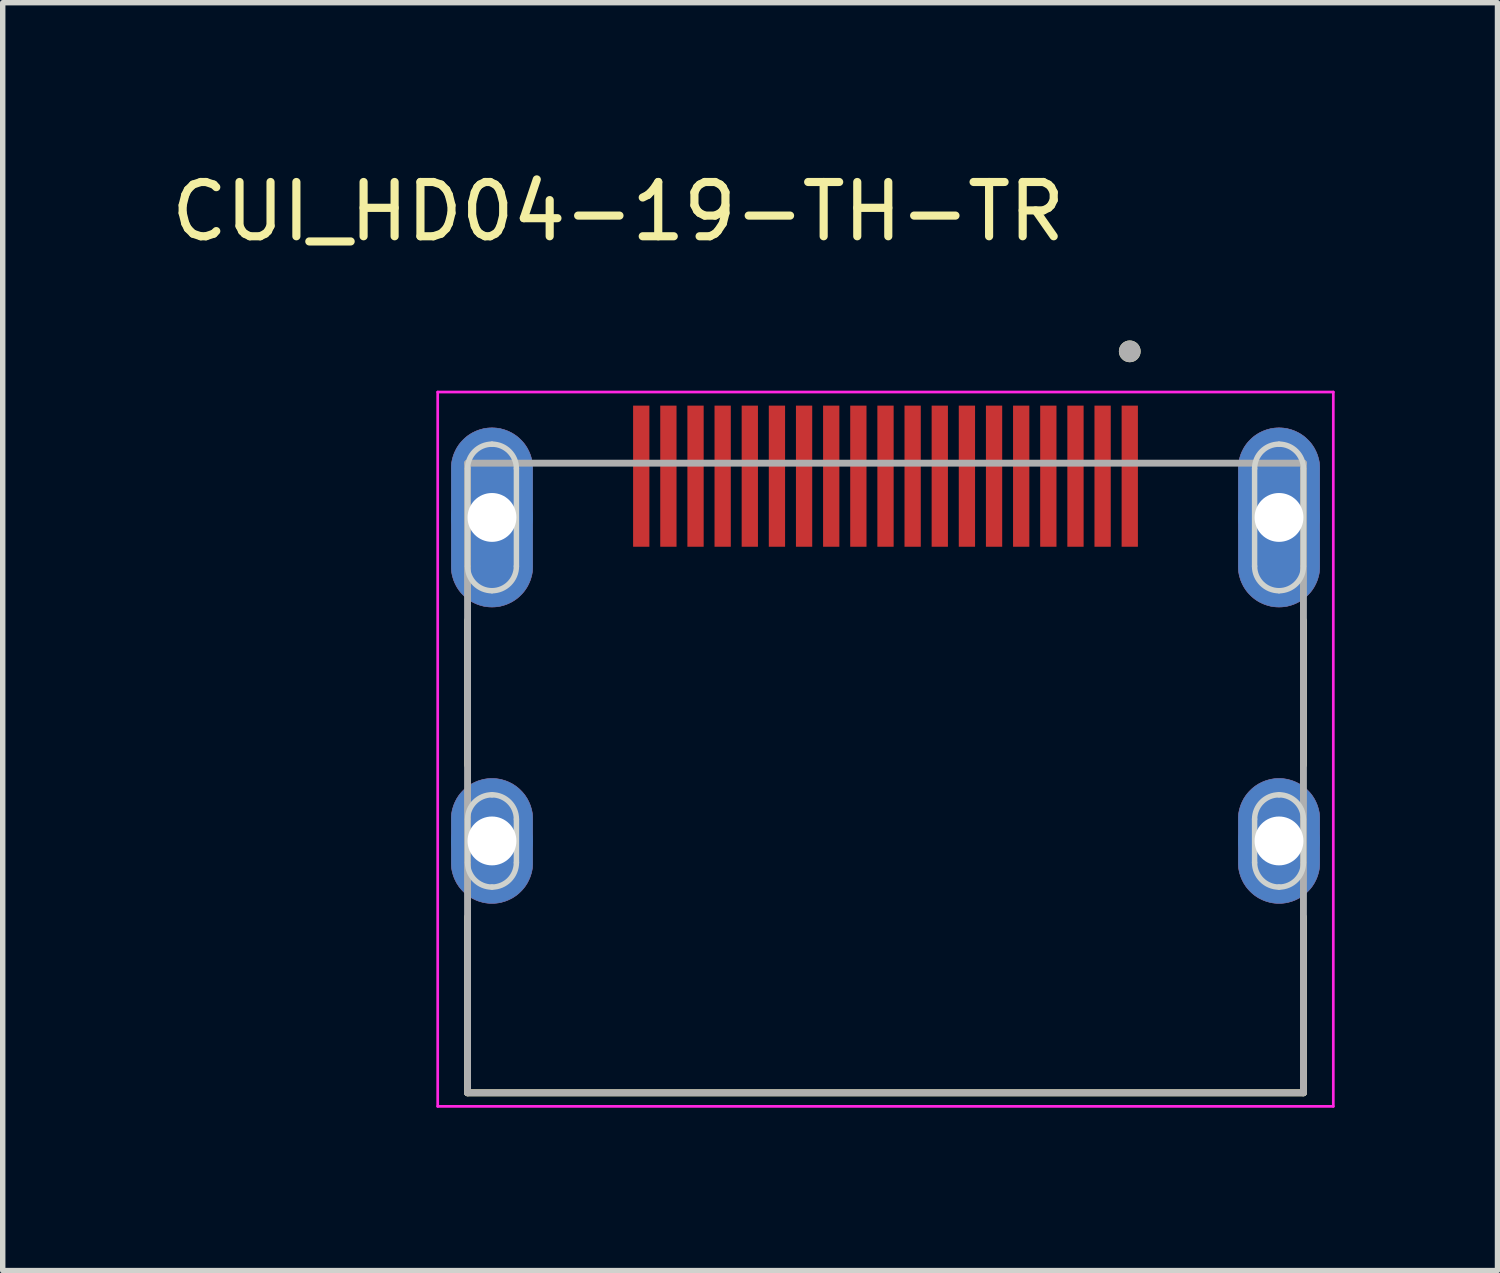
<source format=kicad_pcb>
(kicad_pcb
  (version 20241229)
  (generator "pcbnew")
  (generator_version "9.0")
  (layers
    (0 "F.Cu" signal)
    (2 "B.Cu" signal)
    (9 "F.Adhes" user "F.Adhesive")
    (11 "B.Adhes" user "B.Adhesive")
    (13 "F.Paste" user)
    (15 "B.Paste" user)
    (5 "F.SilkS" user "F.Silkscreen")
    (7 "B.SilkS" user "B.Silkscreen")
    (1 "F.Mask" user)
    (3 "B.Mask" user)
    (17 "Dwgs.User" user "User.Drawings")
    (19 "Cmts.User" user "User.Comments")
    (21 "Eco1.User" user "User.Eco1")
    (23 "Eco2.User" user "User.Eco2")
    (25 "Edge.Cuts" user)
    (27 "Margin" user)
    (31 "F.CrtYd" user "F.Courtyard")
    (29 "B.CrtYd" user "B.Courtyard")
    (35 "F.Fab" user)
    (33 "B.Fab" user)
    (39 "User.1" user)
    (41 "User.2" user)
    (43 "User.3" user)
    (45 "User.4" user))
  (footprint "CUI_HD04-19-TH-TR"
    (layer "F.Cu")
    (at 13.264 12.443)
    (property "Reference" "CUI_HD04-19-TH-TR" (at -4.925 -11.595 0) (layer "F.SilkS") (effects (font (size 1 1) (thickness 0.15))))
    (attr through_hole)
    (fp_poly (pts (xy -8 0.4) (xy -8 -0.4) (xy -7.999 -0.439) (xy -7.996 -0.478) (xy -7.991 -0.517) (xy -7.984 -0.556) (xy -7.974 -0.594) (xy -7.963 -0.632) (xy -7.95 -0.669) (xy -7.935 -0.705) (xy -7.918 -0.74) (xy -7.9 -0.775) (xy -7.879 -0.808) (xy -7.857 -0.841) (xy -7.833 -0.872) (xy -7.807 -0.902) (xy -7.78 -0.93) (xy -7.752 -0.957) (xy -7.722 -0.983) (xy -7.691 -1.007) (xy -7.658 -1.029) (xy -7.625 -1.05) (xy -7.59 -1.068) (xy -7.555 -1.085) (xy -7.519 -1.1) (xy -7.482 -1.113) (xy -7.444 -1.124) (xy -7.406 -1.134) (xy -7.367 -1.141) (xy -7.328 -1.146) (xy -7.289 -1.149) (xy -7.25 -1.15) (xy -7.211 -1.149) (xy -7.172 -1.146) (xy -7.133 -1.141) (xy -7.094 -1.134) (xy -7.056 -1.124) (xy -7.018 -1.113) (xy -6.981 -1.1) (xy -6.945 -1.085) (xy -6.91 -1.068) (xy -6.875 -1.05) (xy -6.842 -1.029) (xy -6.809 -1.007) (xy -6.778 -0.983) (xy -6.748 -0.957) (xy -6.72 -0.93) (xy -6.693 -0.902) (xy -6.667 -0.872) (xy -6.643 -0.841) (xy -6.621 -0.808) (xy -6.6 -0.775) (xy -6.582 -0.74) (xy -6.565 -0.705) (xy -6.55 -0.669) (xy -6.537 -0.632) (xy -6.526 -0.594) (xy -6.516 -0.556) (xy -6.509 -0.517) (xy -6.504 -0.478) (xy -6.501 -0.439) (xy -6.5 -0.4) (xy -6.5 0.4) (xy -6.501 0.439) (xy -6.504 0.478) (xy -6.509 0.517) (xy -6.516 0.556) (xy -6.526 0.594) (xy -6.537 0.632) (xy -6.55 0.669) (xy -6.565 0.705) (xy -6.582 0.74) (xy -6.6 0.775) (xy -6.621 0.808) (xy -6.643 0.841) (xy -6.667 0.872) (xy -6.693 0.902) (xy -6.72 0.93) (xy -6.748 0.957) (xy -6.778 0.983) (xy -6.809 1.007) (xy -6.842 1.029) (xy -6.875 1.05) (xy -6.91 1.068) (xy -6.945 1.085) (xy -6.981 1.1) (xy -7.018 1.113) (xy -7.056 1.124) (xy -7.094 1.134) (xy -7.133 1.141) (xy -7.172 1.146) (xy -7.211 1.149) (xy -7.25 1.15) (xy -7.289 1.149) (xy -7.328 1.146) (xy -7.367 1.141) (xy -7.406 1.134) (xy -7.444 1.124) (xy -7.482 1.113) (xy -7.519 1.1) (xy -7.555 1.085) (xy -7.59 1.068) (xy -7.625 1.05) (xy -7.658 1.029) (xy -7.691 1.007) (xy -7.722 0.983) (xy -7.752 0.957) (xy -7.78 0.93) (xy -7.807 0.902) (xy -7.833 0.872) (xy -7.857 0.841) (xy -7.879 0.808) (xy -7.9 0.775) (xy -7.918 0.74) (xy -7.935 0.705) (xy -7.95 0.669) (xy -7.963 0.632) (xy -7.974 0.594) (xy -7.984 0.556) (xy -7.991 0.517) (xy -7.996 0.478) (xy -7.999 0.439) (xy -8 0.4)) (stroke (width 0.01) (type solid)) (fill yes) (layer "F.Cu"))
    (fp_poly (pts (xy -7.25 -7.61) (xy -7.211 -7.609) (xy -7.172 -7.606) (xy -7.133 -7.601) (xy -7.094 -7.594) (xy -7.056 -7.584) (xy -7.018 -7.573) (xy -6.981 -7.56) (xy -6.945 -7.545) (xy -6.91 -7.528) (xy -6.875 -7.51) (xy -6.842 -7.489) (xy -6.809 -7.467) (xy -6.778 -7.443) (xy -6.748 -7.417) (xy -6.72 -7.39) (xy -6.693 -7.362) (xy -6.667 -7.332) (xy -6.643 -7.301) (xy -6.621 -7.268) (xy -6.6 -7.235) (xy -6.582 -7.2) (xy -6.565 -7.165) (xy -6.55 -7.129) (xy -6.537 -7.092) (xy -6.526 -7.054) (xy -6.516 -7.016) (xy -6.509 -6.977) (xy -6.504 -6.938) (xy -6.501 -6.899) (xy -6.5 -6.86) (xy -6.5 -5.06) (xy -6.501 -5.021) (xy -6.504 -4.982) (xy -6.509 -4.943) (xy -6.516 -4.904) (xy -6.526 -4.866) (xy -6.537 -4.828) (xy -6.55 -4.791) (xy -6.565 -4.755) (xy -6.582 -4.72) (xy -6.6 -4.685) (xy -6.621 -4.652) (xy -6.643 -4.619) (xy -6.667 -4.588) (xy -6.693 -4.558) (xy -6.72 -4.53) (xy -6.748 -4.503) (xy -6.778 -4.477) (xy -6.809 -4.453) (xy -6.842 -4.431) (xy -6.875 -4.41) (xy -6.91 -4.392) (xy -6.945 -4.375) (xy -6.981 -4.36) (xy -7.018 -4.347) (xy -7.056 -4.336) (xy -7.094 -4.326) (xy -7.133 -4.319) (xy -7.172 -4.314) (xy -7.211 -4.311) (xy -7.25 -4.31) (xy -7.289 -4.311) (xy -7.328 -4.314) (xy -7.367 -4.319) (xy -7.406 -4.326) (xy -7.444 -4.336) (xy -7.482 -4.347) (xy -7.519 -4.36) (xy -7.555 -4.375) (xy -7.59 -4.392) (xy -7.625 -4.41) (xy -7.658 -4.431) (xy -7.691 -4.453) (xy -7.722 -4.477) (xy -7.752 -4.503) (xy -7.78 -4.53) (xy -7.807 -4.558) (xy -7.833 -4.588) (xy -7.857 -4.619) (xy -7.879 -4.652) (xy -7.9 -4.685) (xy -7.918 -4.72) (xy -7.935 -4.755) (xy -7.95 -4.791) (xy -7.963 -4.828) (xy -7.974 -4.866) (xy -7.984 -4.904) (xy -7.991 -4.943) (xy -7.996 -4.982) (xy -7.999 -5.021) (xy -8 -5.06) (xy -8 -6.86) (xy -7.999 -6.899) (xy -7.996 -6.938) (xy -7.991 -6.977) (xy -7.984 -7.016) (xy -7.974 -7.054) (xy -7.963 -7.092) (xy -7.95 -7.129) (xy -7.935 -7.165) (xy -7.918 -7.2) (xy -7.9 -7.235) (xy -7.879 -7.268) (xy -7.857 -7.301) (xy -7.833 -7.332) (xy -7.807 -7.362) (xy -7.78 -7.39) (xy -7.752 -7.417) (xy -7.722 -7.443) (xy -7.691 -7.467) (xy -7.658 -7.489) (xy -7.625 -7.51) (xy -7.59 -7.528) (xy -7.555 -7.545) (xy -7.519 -7.56) (xy -7.482 -7.573) (xy -7.444 -7.584) (xy -7.406 -7.594) (xy -7.367 -7.601) (xy -7.328 -7.606) (xy -7.289 -7.609) (xy -7.25 -7.61)) (stroke (width 0.01) (type solid)) (fill yes) (layer "F.Cu"))
    (fp_poly (pts (xy 6.5 0.4) (xy 6.5 -0.4) (xy 6.501 -0.439) (xy 6.504 -0.478) (xy 6.509 -0.517) (xy 6.516 -0.556) (xy 6.526 -0.594) (xy 6.537 -0.632) (xy 6.55 -0.669) (xy 6.565 -0.705) (xy 6.582 -0.74) (xy 6.6 -0.775) (xy 6.621 -0.808) (xy 6.643 -0.841) (xy 6.667 -0.872) (xy 6.693 -0.902) (xy 6.72 -0.93) (xy 6.748 -0.957) (xy 6.778 -0.983) (xy 6.809 -1.007) (xy 6.842 -1.029) (xy 6.875 -1.05) (xy 6.91 -1.068) (xy 6.945 -1.085) (xy 6.981 -1.1) (xy 7.018 -1.113) (xy 7.056 -1.124) (xy 7.094 -1.134) (xy 7.133 -1.141) (xy 7.172 -1.146) (xy 7.211 -1.149) (xy 7.25 -1.15) (xy 7.289 -1.149) (xy 7.328 -1.146) (xy 7.367 -1.141) (xy 7.406 -1.134) (xy 7.444 -1.124) (xy 7.482 -1.113) (xy 7.519 -1.1) (xy 7.555 -1.085) (xy 7.59 -1.068) (xy 7.625 -1.05) (xy 7.658 -1.029) (xy 7.691 -1.007) (xy 7.722 -0.983) (xy 7.752 -0.957) (xy 7.78 -0.93) (xy 7.807 -0.902) (xy 7.833 -0.872) (xy 7.857 -0.841) (xy 7.879 -0.808) (xy 7.9 -0.775) (xy 7.918 -0.74) (xy 7.935 -0.705) (xy 7.95 -0.669) (xy 7.963 -0.632) (xy 7.974 -0.594) (xy 7.984 -0.556) (xy 7.991 -0.517) (xy 7.996 -0.478) (xy 7.999 -0.439) (xy 8 -0.4) (xy 8 0.4) (xy 7.999 0.439) (xy 7.996 0.478) (xy 7.991 0.517) (xy 7.984 0.556) (xy 7.974 0.594) (xy 7.963 0.632) (xy 7.95 0.669) (xy 7.935 0.705) (xy 7.918 0.74) (xy 7.9 0.775) (xy 7.879 0.808) (xy 7.857 0.841) (xy 7.833 0.872) (xy 7.807 0.902) (xy 7.78 0.93) (xy 7.752 0.957) (xy 7.722 0.983) (xy 7.691 1.007) (xy 7.658 1.029) (xy 7.625 1.05) (xy 7.59 1.068) (xy 7.555 1.085) (xy 7.519 1.1) (xy 7.482 1.113) (xy 7.444 1.124) (xy 7.406 1.134) (xy 7.367 1.141) (xy 7.328 1.146) (xy 7.289 1.149) (xy 7.25 1.15) (xy 7.211 1.149) (xy 7.172 1.146) (xy 7.133 1.141) (xy 7.094 1.134) (xy 7.056 1.124) (xy 7.018 1.113) (xy 6.981 1.1) (xy 6.945 1.085) (xy 6.91 1.068) (xy 6.875 1.05) (xy 6.842 1.029) (xy 6.809 1.007) (xy 6.778 0.983) (xy 6.748 0.957) (xy 6.72 0.93) (xy 6.693 0.902) (xy 6.667 0.872) (xy 6.643 0.841) (xy 6.621 0.808) (xy 6.6 0.775) (xy 6.582 0.74) (xy 6.565 0.705) (xy 6.55 0.669) (xy 6.537 0.632) (xy 6.526 0.594) (xy 6.516 0.556) (xy 6.509 0.517) (xy 6.504 0.478) (xy 6.501 0.439) (xy 6.5 0.4)) (stroke (width 0.01) (type solid)) (fill yes) (layer "F.Cu"))
    (fp_poly (pts (xy 7.25 -7.61) (xy 7.289 -7.609) (xy 7.328 -7.606) (xy 7.367 -7.601) (xy 7.406 -7.594) (xy 7.444 -7.584) (xy 7.482 -7.573) (xy 7.519 -7.56) (xy 7.555 -7.545) (xy 7.59 -7.528) (xy 7.625 -7.51) (xy 7.658 -7.489) (xy 7.691 -7.467) (xy 7.722 -7.443) (xy 7.752 -7.417) (xy 7.78 -7.39) (xy 7.807 -7.362) (xy 7.833 -7.332) (xy 7.857 -7.301) (xy 7.879 -7.268) (xy 7.9 -7.235) (xy 7.918 -7.2) (xy 7.935 -7.165) (xy 7.95 -7.129) (xy 7.963 -7.092) (xy 7.974 -7.054) (xy 7.984 -7.016) (xy 7.991 -6.977) (xy 7.996 -6.938) (xy 7.999 -6.899) (xy 8 -6.86) (xy 8 -5.06) (xy 7.999 -5.021) (xy 7.996 -4.982) (xy 7.991 -4.943) (xy 7.984 -4.904) (xy 7.974 -4.866) (xy 7.963 -4.828) (xy 7.95 -4.791) (xy 7.935 -4.755) (xy 7.918 -4.72) (xy 7.9 -4.685) (xy 7.879 -4.652) (xy 7.857 -4.619) (xy 7.833 -4.588) (xy 7.807 -4.558) (xy 7.78 -4.53) (xy 7.752 -4.503) (xy 7.722 -4.477) (xy 7.691 -4.453) (xy 7.658 -4.431) (xy 7.625 -4.41) (xy 7.59 -4.392) (xy 7.555 -4.375) (xy 7.519 -4.36) (xy 7.482 -4.347) (xy 7.444 -4.336) (xy 7.406 -4.326) (xy 7.367 -4.319) (xy 7.328 -4.314) (xy 7.289 -4.311) (xy 7.25 -4.31) (xy 7.211 -4.311) (xy 7.172 -4.314) (xy 7.133 -4.319) (xy 7.094 -4.326) (xy 7.056 -4.336) (xy 7.018 -4.347) (xy 6.981 -4.36) (xy 6.945 -4.375) (xy 6.91 -4.392) (xy 6.875 -4.41) (xy 6.842 -4.431) (xy 6.809 -4.453) (xy 6.778 -4.477) (xy 6.748 -4.503) (xy 6.72 -4.53) (xy 6.693 -4.558) (xy 6.667 -4.588) (xy 6.643 -4.619) (xy 6.621 -4.652) (xy 6.6 -4.685) (xy 6.582 -4.72) (xy 6.565 -4.755) (xy 6.55 -4.791) (xy 6.537 -4.828) (xy 6.526 -4.866) (xy 6.516 -4.904) (xy 6.509 -4.943) (xy 6.504 -4.982) (xy 6.501 -5.021) (xy 6.5 -5.06) (xy 6.5 -6.86) (xy 6.501 -6.899) (xy 6.504 -6.938) (xy 6.509 -6.977) (xy 6.516 -7.016) (xy 6.526 -7.054) (xy 6.537 -7.092) (xy 6.55 -7.129) (xy 6.565 -7.165) (xy 6.582 -7.2) (xy 6.6 -7.235) (xy 6.621 -7.268) (xy 6.643 -7.301) (xy 6.667 -7.332) (xy 6.693 -7.362) (xy 6.72 -7.39) (xy 6.748 -7.417) (xy 6.778 -7.443) (xy 6.809 -7.467) (xy 6.842 -7.489) (xy 6.875 -7.51) (xy 6.91 -7.528) (xy 6.945 -7.545) (xy 6.981 -7.56) (xy 7.018 -7.573) (xy 7.056 -7.584) (xy 7.094 -7.594) (xy 7.133 -7.601) (xy 7.172 -7.606) (xy 7.211 -7.609) (xy 7.25 -7.61)) (stroke (width 0.01) (type solid)) (fill yes) (layer "F.Cu"))
    (fp_poly (pts (xy -8.1 -5.06) (xy -8.1 -6.86) (xy -8.099 -6.904) (xy -8.095 -6.949) (xy -8.09 -6.993) (xy -8.081 -7.037) (xy -8.071 -7.08) (xy -8.058 -7.123) (xy -8.044 -7.165) (xy -8.027 -7.206) (xy -8.007 -7.246) (xy -7.986 -7.285) (xy -7.963 -7.323) (xy -7.938 -7.36) (xy -7.911 -7.395) (xy -7.882 -7.429) (xy -7.851 -7.461) (xy -7.819 -7.492) (xy -7.785 -7.521) (xy -7.75 -7.548) (xy -7.713 -7.573) (xy -7.675 -7.596) (xy -7.636 -7.617) (xy -7.596 -7.637) (xy -7.555 -7.654) (xy -7.513 -7.668) (xy -7.47 -7.681) (xy -7.427 -7.691) (xy -7.383 -7.7) (xy -7.339 -7.705) (xy -7.294 -7.709) (xy -7.25 -7.71) (xy -7.206 -7.709) (xy -7.161 -7.705) (xy -7.117 -7.7) (xy -7.073 -7.691) (xy -7.03 -7.681) (xy -6.987 -7.668) (xy -6.945 -7.654) (xy -6.904 -7.637) (xy -6.864 -7.617) (xy -6.825 -7.596) (xy -6.787 -7.573) (xy -6.75 -7.548) (xy -6.715 -7.521) (xy -6.681 -7.492) (xy -6.649 -7.461) (xy -6.618 -7.429) (xy -6.589 -7.395) (xy -6.562 -7.36) (xy -6.537 -7.323) (xy -6.514 -7.285) (xy -6.493 -7.246) (xy -6.473 -7.206) (xy -6.456 -7.165) (xy -6.442 -7.123) (xy -6.429 -7.08) (xy -6.419 -7.037) (xy -6.41 -6.993) (xy -6.405 -6.949) (xy -6.401 -6.904) (xy -6.4 -6.86) (xy -6.4 -5.06) (xy -6.401 -5.016) (xy -6.405 -4.971) (xy -6.41 -4.927) (xy -6.419 -4.883) (xy -6.429 -4.84) (xy -6.442 -4.797) (xy -6.456 -4.755) (xy -6.473 -4.714) (xy -6.493 -4.674) (xy -6.514 -4.635) (xy -6.537 -4.597) (xy -6.562 -4.56) (xy -6.589 -4.525) (xy -6.618 -4.491) (xy -6.649 -4.459) (xy -6.681 -4.428) (xy -6.715 -4.399) (xy -6.75 -4.372) (xy -6.787 -4.347) (xy -6.825 -4.324) (xy -6.864 -4.303) (xy -6.904 -4.283) (xy -6.945 -4.266) (xy -6.987 -4.252) (xy -7.03 -4.239) (xy -7.073 -4.229) (xy -7.117 -4.22) (xy -7.161 -4.215) (xy -7.206 -4.211) (xy -7.25 -4.21) (xy -7.294 -4.211) (xy -7.339 -4.215) (xy -7.383 -4.22) (xy -7.427 -4.229) (xy -7.47 -4.239) (xy -7.513 -4.252) (xy -7.555 -4.266) (xy -7.596 -4.283) (xy -7.636 -4.303) (xy -7.675 -4.324) (xy -7.713 -4.347) (xy -7.75 -4.372) (xy -7.785 -4.399) (xy -7.819 -4.428) (xy -7.851 -4.459) (xy -7.882 -4.491) (xy -7.911 -4.525) (xy -7.938 -4.56) (xy -7.963 -4.597) (xy -7.986 -4.635) (xy -8.007 -4.674) (xy -8.027 -4.714) (xy -8.044 -4.755) (xy -8.058 -4.797) (xy -8.071 -4.84) (xy -8.081 -4.883) (xy -8.09 -4.927) (xy -8.095 -4.971) (xy -8.099 -5.016) (xy -8.1 -5.06)) (stroke (width 0.01) (type solid)) (fill yes) (layer "F.Mask"))
    (fp_poly (pts (xy -6.4 0.4) (xy -6.4 -0.4) (xy -6.401 -0.444) (xy -6.405 -0.489) (xy -6.41 -0.533) (xy -6.419 -0.577) (xy -6.429 -0.62) (xy -6.442 -0.663) (xy -6.456 -0.705) (xy -6.473 -0.746) (xy -6.493 -0.786) (xy -6.514 -0.825) (xy -6.537 -0.863) (xy -6.562 -0.9) (xy -6.589 -0.935) (xy -6.618 -0.969) (xy -6.649 -1.001) (xy -6.681 -1.032) (xy -6.715 -1.061) (xy -6.75 -1.088) (xy -6.787 -1.113) (xy -6.825 -1.136) (xy -6.864 -1.157) (xy -6.904 -1.177) (xy -6.945 -1.194) (xy -6.987 -1.208) (xy -7.03 -1.221) (xy -7.073 -1.231) (xy -7.117 -1.24) (xy -7.161 -1.245) (xy -7.206 -1.249) (xy -7.25 -1.25) (xy -7.294 -1.249) (xy -7.339 -1.245) (xy -7.383 -1.24) (xy -7.427 -1.231) (xy -7.47 -1.221) (xy -7.513 -1.208) (xy -7.555 -1.194) (xy -7.596 -1.177) (xy -7.636 -1.157) (xy -7.675 -1.136) (xy -7.713 -1.113) (xy -7.75 -1.088) (xy -7.785 -1.061) (xy -7.819 -1.032) (xy -7.851 -1.001) (xy -7.882 -0.969) (xy -7.911 -0.935) (xy -7.938 -0.9) (xy -7.963 -0.863) (xy -7.986 -0.825) (xy -8.007 -0.786) (xy -8.027 -0.746) (xy -8.044 -0.705) (xy -8.058 -0.663) (xy -8.071 -0.62) (xy -8.081 -0.577) (xy -8.09 -0.533) (xy -8.095 -0.489) (xy -8.099 -0.444) (xy -8.1 -0.4) (xy -8.1 0.4) (xy -8.099 0.444) (xy -8.095 0.489) (xy -8.09 0.533) (xy -8.081 0.577) (xy -8.071 0.62) (xy -8.058 0.663) (xy -8.044 0.705) (xy -8.027 0.746) (xy -8.007 0.786) (xy -7.986 0.825) (xy -7.963 0.863) (xy -7.938 0.9) (xy -7.911 0.935) (xy -7.882 0.969) (xy -7.851 1.001) (xy -7.819 1.032) (xy -7.785 1.061) (xy -7.75 1.088) (xy -7.713 1.113) (xy -7.675 1.136) (xy -7.636 1.157) (xy -7.596 1.177) (xy -7.555 1.194) (xy -7.513 1.208) (xy -7.47 1.221) (xy -7.427 1.231) (xy -7.383 1.24) (xy -7.339 1.245) (xy -7.294 1.249) (xy -7.25 1.25) (xy -7.206 1.249) (xy -7.161 1.245) (xy -7.117 1.24) (xy -7.073 1.231) (xy -7.03 1.221) (xy -6.987 1.208) (xy -6.945 1.194) (xy -6.904 1.177) (xy -6.864 1.157) (xy -6.825 1.136) (xy -6.787 1.113) (xy -6.75 1.088) (xy -6.715 1.061) (xy -6.681 1.032) (xy -6.649 1.001) (xy -6.618 0.969) (xy -6.589 0.935) (xy -6.562 0.9) (xy -6.537 0.863) (xy -6.514 0.825) (xy -6.493 0.786) (xy -6.473 0.746) (xy -6.456 0.705) (xy -6.442 0.663) (xy -6.429 0.62) (xy -6.419 0.577) (xy -6.41 0.533) (xy -6.405 0.489) (xy -6.401 0.444) (xy -6.4 0.4)) (stroke (width 0.01) (type solid)) (fill yes) (layer "F.Mask"))
    (fp_poly (pts (xy 6.4 -5.06) (xy 6.4 -6.86) (xy 6.401 -6.904) (xy 6.405 -6.949) (xy 6.41 -6.993) (xy 6.419 -7.037) (xy 6.429 -7.08) (xy 6.442 -7.123) (xy 6.456 -7.165) (xy 6.473 -7.206) (xy 6.493 -7.246) (xy 6.514 -7.285) (xy 6.537 -7.323) (xy 6.562 -7.36) (xy 6.589 -7.395) (xy 6.618 -7.429) (xy 6.649 -7.461) (xy 6.681 -7.492) (xy 6.715 -7.521) (xy 6.75 -7.548) (xy 6.787 -7.573) (xy 6.825 -7.596) (xy 6.864 -7.617) (xy 6.904 -7.637) (xy 6.945 -7.654) (xy 6.987 -7.668) (xy 7.03 -7.681) (xy 7.073 -7.691) (xy 7.117 -7.7) (xy 7.161 -7.705) (xy 7.206 -7.709) (xy 7.25 -7.71) (xy 7.294 -7.709) (xy 7.339 -7.705) (xy 7.383 -7.7) (xy 7.427 -7.691) (xy 7.47 -7.681) (xy 7.513 -7.668) (xy 7.555 -7.654) (xy 7.596 -7.637) (xy 7.636 -7.617) (xy 7.675 -7.596) (xy 7.713 -7.573) (xy 7.75 -7.548) (xy 7.785 -7.521) (xy 7.819 -7.492) (xy 7.851 -7.461) (xy 7.882 -7.429) (xy 7.911 -7.395) (xy 7.938 -7.36) (xy 7.963 -7.323) (xy 7.986 -7.285) (xy 8.007 -7.246) (xy 8.027 -7.206) (xy 8.044 -7.165) (xy 8.058 -7.123) (xy 8.071 -7.08) (xy 8.081 -7.037) (xy 8.09 -6.993) (xy 8.095 -6.949) (xy 8.099 -6.904) (xy 8.1 -6.86) (xy 8.1 -5.06) (xy 8.099 -5.016) (xy 8.095 -4.971) (xy 8.09 -4.927) (xy 8.081 -4.883) (xy 8.071 -4.84) (xy 8.058 -4.797) (xy 8.044 -4.755) (xy 8.027 -4.714) (xy 8.007 -4.674) (xy 7.986 -4.635) (xy 7.963 -4.597) (xy 7.938 -4.56) (xy 7.911 -4.525) (xy 7.882 -4.491) (xy 7.851 -4.459) (xy 7.819 -4.428) (xy 7.785 -4.399) (xy 7.75 -4.372) (xy 7.713 -4.347) (xy 7.675 -4.324) (xy 7.636 -4.303) (xy 7.596 -4.283) (xy 7.555 -4.266) (xy 7.513 -4.252) (xy 7.47 -4.239) (xy 7.427 -4.229) (xy 7.383 -4.22) (xy 7.339 -4.215) (xy 7.294 -4.211) (xy 7.25 -4.21) (xy 7.206 -4.211) (xy 7.161 -4.215) (xy 7.117 -4.22) (xy 7.073 -4.229) (xy 7.03 -4.239) (xy 6.987 -4.252) (xy 6.945 -4.266) (xy 6.904 -4.283) (xy 6.864 -4.303) (xy 6.825 -4.324) (xy 6.787 -4.347) (xy 6.75 -4.372) (xy 6.715 -4.399) (xy 6.681 -4.428) (xy 6.649 -4.459) (xy 6.618 -4.491) (xy 6.589 -4.525) (xy 6.562 -4.56) (xy 6.537 -4.597) (xy 6.514 -4.635) (xy 6.493 -4.674) (xy 6.473 -4.714) (xy 6.456 -4.755) (xy 6.442 -4.797) (xy 6.429 -4.84) (xy 6.419 -4.883) (xy 6.41 -4.927) (xy 6.405 -4.971) (xy 6.401 -5.016) (xy 6.4 -5.06)) (stroke (width 0.01) (type solid)) (fill yes) (layer "F.Mask"))
    (fp_poly (pts (xy 8.1 0.4) (xy 8.1 -0.4) (xy 8.099 -0.444) (xy 8.095 -0.489) (xy 8.09 -0.533) (xy 8.081 -0.577) (xy 8.071 -0.62) (xy 8.058 -0.663) (xy 8.044 -0.705) (xy 8.027 -0.746) (xy 8.007 -0.786) (xy 7.986 -0.825) (xy 7.963 -0.863) (xy 7.938 -0.9) (xy 7.911 -0.935) (xy 7.882 -0.969) (xy 7.851 -1.001) (xy 7.819 -1.032) (xy 7.785 -1.061) (xy 7.75 -1.088) (xy 7.713 -1.113) (xy 7.675 -1.136) (xy 7.636 -1.157) (xy 7.596 -1.177) (xy 7.555 -1.194) (xy 7.513 -1.208) (xy 7.47 -1.221) (xy 7.427 -1.231) (xy 7.383 -1.24) (xy 7.339 -1.245) (xy 7.294 -1.249) (xy 7.25 -1.25) (xy 7.206 -1.249) (xy 7.161 -1.245) (xy 7.117 -1.24) (xy 7.073 -1.231) (xy 7.03 -1.221) (xy 6.987 -1.208) (xy 6.945 -1.194) (xy 6.904 -1.177) (xy 6.864 -1.157) (xy 6.825 -1.136) (xy 6.787 -1.113) (xy 6.75 -1.088) (xy 6.715 -1.061) (xy 6.681 -1.032) (xy 6.649 -1.001) (xy 6.618 -0.969) (xy 6.589 -0.935) (xy 6.562 -0.9) (xy 6.537 -0.863) (xy 6.514 -0.825) (xy 6.493 -0.786) (xy 6.473 -0.746) (xy 6.456 -0.705) (xy 6.442 -0.663) (xy 6.429 -0.62) (xy 6.419 -0.577) (xy 6.41 -0.533) (xy 6.405 -0.489) (xy 6.401 -0.444) (xy 6.4 -0.4) (xy 6.4 0.4) (xy 6.401 0.444) (xy 6.405 0.489) (xy 6.41 0.533) (xy 6.419 0.577) (xy 6.429 0.62) (xy 6.442 0.663) (xy 6.456 0.705) (xy 6.473 0.746) (xy 6.493 0.786) (xy 6.514 0.825) (xy 6.537 0.863) (xy 6.562 0.9) (xy 6.589 0.935) (xy 6.618 0.969) (xy 6.649 1.001) (xy 6.681 1.032) (xy 6.715 1.061) (xy 6.75 1.088) (xy 6.787 1.113) (xy 6.825 1.136) (xy 6.864 1.157) (xy 6.904 1.177) (xy 6.945 1.194) (xy 6.987 1.208) (xy 7.03 1.221) (xy 7.073 1.231) (xy 7.117 1.24) (xy 7.161 1.245) (xy 7.206 1.249) (xy 7.25 1.25) (xy 7.294 1.249) (xy 7.339 1.245) (xy 7.383 1.24) (xy 7.427 1.231) (xy 7.47 1.221) (xy 7.513 1.208) (xy 7.555 1.194) (xy 7.596 1.177) (xy 7.636 1.157) (xy 7.675 1.136) (xy 7.713 1.113) (xy 7.75 1.088) (xy 7.785 1.061) (xy 7.819 1.032) (xy 7.851 1.001) (xy 7.882 0.969) (xy 7.911 0.935) (xy 7.938 0.9) (xy 7.963 0.863) (xy 7.986 0.825) (xy 8.007 0.786) (xy 8.027 0.746) (xy 8.044 0.705) (xy 8.058 0.663) (xy 8.071 0.62) (xy 8.081 0.577) (xy 8.09 0.533) (xy 8.095 0.489) (xy 8.099 0.444) (xy 8.1 0.4)) (stroke (width 0.01) (type solid)) (fill yes) (layer "F.Mask"))
    (fp_poly (pts (xy -8 0.4) (xy -8 -0.4) (xy -7.999 -0.439) (xy -7.996 -0.478) (xy -7.991 -0.517) (xy -7.984 -0.556) (xy -7.974 -0.594) (xy -7.963 -0.632) (xy -7.95 -0.669) (xy -7.935 -0.705) (xy -7.918 -0.74) (xy -7.9 -0.775) (xy -7.879 -0.808) (xy -7.857 -0.841) (xy -7.833 -0.872) (xy -7.807 -0.902) (xy -7.78 -0.93) (xy -7.752 -0.957) (xy -7.722 -0.983) (xy -7.691 -1.007) (xy -7.658 -1.029) (xy -7.625 -1.05) (xy -7.59 -1.068) (xy -7.555 -1.085) (xy -7.519 -1.1) (xy -7.482 -1.113) (xy -7.444 -1.124) (xy -7.406 -1.134) (xy -7.367 -1.141) (xy -7.328 -1.146) (xy -7.289 -1.149) (xy -7.25 -1.15) (xy -7.211 -1.149) (xy -7.172 -1.146) (xy -7.133 -1.141) (xy -7.094 -1.134) (xy -7.056 -1.124) (xy -7.018 -1.113) (xy -6.981 -1.1) (xy -6.945 -1.085) (xy -6.91 -1.068) (xy -6.875 -1.05) (xy -6.842 -1.029) (xy -6.809 -1.007) (xy -6.778 -0.983) (xy -6.748 -0.957) (xy -6.72 -0.93) (xy -6.693 -0.902) (xy -6.667 -0.872) (xy -6.643 -0.841) (xy -6.621 -0.808) (xy -6.6 -0.775) (xy -6.582 -0.74) (xy -6.565 -0.705) (xy -6.55 -0.669) (xy -6.537 -0.632) (xy -6.526 -0.594) (xy -6.516 -0.556) (xy -6.509 -0.517) (xy -6.504 -0.478) (xy -6.501 -0.439) (xy -6.5 -0.4) (xy -6.5 0.4) (xy -6.501 0.439) (xy -6.504 0.478) (xy -6.509 0.517) (xy -6.516 0.556) (xy -6.526 0.594) (xy -6.537 0.632) (xy -6.55 0.669) (xy -6.565 0.705) (xy -6.582 0.74) (xy -6.6 0.775) (xy -6.621 0.808) (xy -6.643 0.841) (xy -6.667 0.872) (xy -6.693 0.902) (xy -6.72 0.93) (xy -6.748 0.957) (xy -6.778 0.983) (xy -6.809 1.007) (xy -6.842 1.029) (xy -6.875 1.05) (xy -6.91 1.068) (xy -6.945 1.085) (xy -6.981 1.1) (xy -7.018 1.113) (xy -7.056 1.124) (xy -7.094 1.134) (xy -7.133 1.141) (xy -7.172 1.146) (xy -7.211 1.149) (xy -7.25 1.15) (xy -7.289 1.149) (xy -7.328 1.146) (xy -7.367 1.141) (xy -7.406 1.134) (xy -7.444 1.124) (xy -7.482 1.113) (xy -7.519 1.1) (xy -7.555 1.085) (xy -7.59 1.068) (xy -7.625 1.05) (xy -7.658 1.029) (xy -7.691 1.007) (xy -7.722 0.983) (xy -7.752 0.957) (xy -7.78 0.93) (xy -7.807 0.902) (xy -7.833 0.872) (xy -7.857 0.841) (xy -7.879 0.808) (xy -7.9 0.775) (xy -7.918 0.74) (xy -7.935 0.705) (xy -7.95 0.669) (xy -7.963 0.632) (xy -7.974 0.594) (xy -7.984 0.556) (xy -7.991 0.517) (xy -7.996 0.478) (xy -7.999 0.439) (xy -8 0.4)) (stroke (width 0.01) (type solid)) (fill yes) (layer "B.Cu"))
    (fp_poly (pts (xy -7.25 -7.61) (xy -7.211 -7.609) (xy -7.172 -7.606) (xy -7.133 -7.601) (xy -7.094 -7.594) (xy -7.056 -7.584) (xy -7.018 -7.573) (xy -6.981 -7.56) (xy -6.945 -7.545) (xy -6.91 -7.528) (xy -6.875 -7.51) (xy -6.842 -7.489) (xy -6.809 -7.467) (xy -6.778 -7.443) (xy -6.748 -7.417) (xy -6.72 -7.39) (xy -6.693 -7.362) (xy -6.667 -7.332) (xy -6.643 -7.301) (xy -6.621 -7.268) (xy -6.6 -7.235) (xy -6.582 -7.2) (xy -6.565 -7.165) (xy -6.55 -7.129) (xy -6.537 -7.092) (xy -6.526 -7.054) (xy -6.516 -7.016) (xy -6.509 -6.977) (xy -6.504 -6.938) (xy -6.501 -6.899) (xy -6.5 -6.86) (xy -6.5 -5.06) (xy -6.501 -5.021) (xy -6.504 -4.982) (xy -6.509 -4.943) (xy -6.516 -4.904) (xy -6.526 -4.866) (xy -6.537 -4.828) (xy -6.55 -4.791) (xy -6.565 -4.755) (xy -6.582 -4.72) (xy -6.6 -4.685) (xy -6.621 -4.652) (xy -6.643 -4.619) (xy -6.667 -4.588) (xy -6.693 -4.558) (xy -6.72 -4.53) (xy -6.748 -4.503) (xy -6.778 -4.477) (xy -6.809 -4.453) (xy -6.842 -4.431) (xy -6.875 -4.41) (xy -6.91 -4.392) (xy -6.945 -4.375) (xy -6.981 -4.36) (xy -7.018 -4.347) (xy -7.056 -4.336) (xy -7.094 -4.326) (xy -7.133 -4.319) (xy -7.172 -4.314) (xy -7.211 -4.311) (xy -7.25 -4.31) (xy -7.289 -4.311) (xy -7.328 -4.314) (xy -7.367 -4.319) (xy -7.406 -4.326) (xy -7.444 -4.336) (xy -7.482 -4.347) (xy -7.519 -4.36) (xy -7.555 -4.375) (xy -7.59 -4.392) (xy -7.625 -4.41) (xy -7.658 -4.431) (xy -7.691 -4.453) (xy -7.722 -4.477) (xy -7.752 -4.503) (xy -7.78 -4.53) (xy -7.807 -4.558) (xy -7.833 -4.588) (xy -7.857 -4.619) (xy -7.879 -4.652) (xy -7.9 -4.685) (xy -7.918 -4.72) (xy -7.935 -4.755) (xy -7.95 -4.791) (xy -7.963 -4.828) (xy -7.974 -4.866) (xy -7.984 -4.904) (xy -7.991 -4.943) (xy -7.996 -4.982) (xy -7.999 -5.021) (xy -8 -5.06) (xy -8 -6.86) (xy -7.999 -6.899) (xy -7.996 -6.938) (xy -7.991 -6.977) (xy -7.984 -7.016) (xy -7.974 -7.054) (xy -7.963 -7.092) (xy -7.95 -7.129) (xy -7.935 -7.165) (xy -7.918 -7.2) (xy -7.9 -7.235) (xy -7.879 -7.268) (xy -7.857 -7.301) (xy -7.833 -7.332) (xy -7.807 -7.362) (xy -7.78 -7.39) (xy -7.752 -7.417) (xy -7.722 -7.443) (xy -7.691 -7.467) (xy -7.658 -7.489) (xy -7.625 -7.51) (xy -7.59 -7.528) (xy -7.555 -7.545) (xy -7.519 -7.56) (xy -7.482 -7.573) (xy -7.444 -7.584) (xy -7.406 -7.594) (xy -7.367 -7.601) (xy -7.328 -7.606) (xy -7.289 -7.609) (xy -7.25 -7.61)) (stroke (width 0.01) (type solid)) (fill yes) (layer "B.Cu"))
    (fp_poly (pts (xy 6.5 0.4) (xy 6.5 -0.4) (xy 6.501 -0.439) (xy 6.504 -0.478) (xy 6.509 -0.517) (xy 6.516 -0.556) (xy 6.526 -0.594) (xy 6.537 -0.632) (xy 6.55 -0.669) (xy 6.565 -0.705) (xy 6.582 -0.74) (xy 6.6 -0.775) (xy 6.621 -0.808) (xy 6.643 -0.841) (xy 6.667 -0.872) (xy 6.693 -0.902) (xy 6.72 -0.93) (xy 6.748 -0.957) (xy 6.778 -0.983) (xy 6.809 -1.007) (xy 6.842 -1.029) (xy 6.875 -1.05) (xy 6.91 -1.068) (xy 6.945 -1.085) (xy 6.981 -1.1) (xy 7.018 -1.113) (xy 7.056 -1.124) (xy 7.094 -1.134) (xy 7.133 -1.141) (xy 7.172 -1.146) (xy 7.211 -1.149) (xy 7.25 -1.15) (xy 7.289 -1.149) (xy 7.328 -1.146) (xy 7.367 -1.141) (xy 7.406 -1.134) (xy 7.444 -1.124) (xy 7.482 -1.113) (xy 7.519 -1.1) (xy 7.555 -1.085) (xy 7.59 -1.068) (xy 7.625 -1.05) (xy 7.658 -1.029) (xy 7.691 -1.007) (xy 7.722 -0.983) (xy 7.752 -0.957) (xy 7.78 -0.93) (xy 7.807 -0.902) (xy 7.833 -0.872) (xy 7.857 -0.841) (xy 7.879 -0.808) (xy 7.9 -0.775) (xy 7.918 -0.74) (xy 7.935 -0.705) (xy 7.95 -0.669) (xy 7.963 -0.632) (xy 7.974 -0.594) (xy 7.984 -0.556) (xy 7.991 -0.517) (xy 7.996 -0.478) (xy 7.999 -0.439) (xy 8 -0.4) (xy 8 0.4) (xy 7.999 0.439) (xy 7.996 0.478) (xy 7.991 0.517) (xy 7.984 0.556) (xy 7.974 0.594) (xy 7.963 0.632) (xy 7.95 0.669) (xy 7.935 0.705) (xy 7.918 0.74) (xy 7.9 0.775) (xy 7.879 0.808) (xy 7.857 0.841) (xy 7.833 0.872) (xy 7.807 0.902) (xy 7.78 0.93) (xy 7.752 0.957) (xy 7.722 0.983) (xy 7.691 1.007) (xy 7.658 1.029) (xy 7.625 1.05) (xy 7.59 1.068) (xy 7.555 1.085) (xy 7.519 1.1) (xy 7.482 1.113) (xy 7.444 1.124) (xy 7.406 1.134) (xy 7.367 1.141) (xy 7.328 1.146) (xy 7.289 1.149) (xy 7.25 1.15) (xy 7.211 1.149) (xy 7.172 1.146) (xy 7.133 1.141) (xy 7.094 1.134) (xy 7.056 1.124) (xy 7.018 1.113) (xy 6.981 1.1) (xy 6.945 1.085) (xy 6.91 1.068) (xy 6.875 1.05) (xy 6.842 1.029) (xy 6.809 1.007) (xy 6.778 0.983) (xy 6.748 0.957) (xy 6.72 0.93) (xy 6.693 0.902) (xy 6.667 0.872) (xy 6.643 0.841) (xy 6.621 0.808) (xy 6.6 0.775) (xy 6.582 0.74) (xy 6.565 0.705) (xy 6.55 0.669) (xy 6.537 0.632) (xy 6.526 0.594) (xy 6.516 0.556) (xy 6.509 0.517) (xy 6.504 0.478) (xy 6.501 0.439) (xy 6.5 0.4)) (stroke (width 0.01) (type solid)) (fill yes) (layer "B.Cu"))
    (fp_poly (pts (xy 7.25 -7.61) (xy 7.289 -7.609) (xy 7.328 -7.606) (xy 7.367 -7.601) (xy 7.406 -7.594) (xy 7.444 -7.584) (xy 7.482 -7.573) (xy 7.519 -7.56) (xy 7.555 -7.545) (xy 7.59 -7.528) (xy 7.625 -7.51) (xy 7.658 -7.489) (xy 7.691 -7.467) (xy 7.722 -7.443) (xy 7.752 -7.417) (xy 7.78 -7.39) (xy 7.807 -7.362) (xy 7.833 -7.332) (xy 7.857 -7.301) (xy 7.879 -7.268) (xy 7.9 -7.235) (xy 7.918 -7.2) (xy 7.935 -7.165) (xy 7.95 -7.129) (xy 7.963 -7.092) (xy 7.974 -7.054) (xy 7.984 -7.016) (xy 7.991 -6.977) (xy 7.996 -6.938) (xy 7.999 -6.899) (xy 8 -6.86) (xy 8 -5.06) (xy 7.999 -5.021) (xy 7.996 -4.982) (xy 7.991 -4.943) (xy 7.984 -4.904) (xy 7.974 -4.866) (xy 7.963 -4.828) (xy 7.95 -4.791) (xy 7.935 -4.755) (xy 7.918 -4.72) (xy 7.9 -4.685) (xy 7.879 -4.652) (xy 7.857 -4.619) (xy 7.833 -4.588) (xy 7.807 -4.558) (xy 7.78 -4.53) (xy 7.752 -4.503) (xy 7.722 -4.477) (xy 7.691 -4.453) (xy 7.658 -4.431) (xy 7.625 -4.41) (xy 7.59 -4.392) (xy 7.555 -4.375) (xy 7.519 -4.36) (xy 7.482 -4.347) (xy 7.444 -4.336) (xy 7.406 -4.326) (xy 7.367 -4.319) (xy 7.328 -4.314) (xy 7.289 -4.311) (xy 7.25 -4.31) (xy 7.211 -4.311) (xy 7.172 -4.314) (xy 7.133 -4.319) (xy 7.094 -4.326) (xy 7.056 -4.336) (xy 7.018 -4.347) (xy 6.981 -4.36) (xy 6.945 -4.375) (xy 6.91 -4.392) (xy 6.875 -4.41) (xy 6.842 -4.431) (xy 6.809 -4.453) (xy 6.778 -4.477) (xy 6.748 -4.503) (xy 6.72 -4.53) (xy 6.693 -4.558) (xy 6.667 -4.588) (xy 6.643 -4.619) (xy 6.621 -4.652) (xy 6.6 -4.685) (xy 6.582 -4.72) (xy 6.565 -4.755) (xy 6.55 -4.791) (xy 6.537 -4.828) (xy 6.526 -4.866) (xy 6.516 -4.904) (xy 6.509 -4.943) (xy 6.504 -4.982) (xy 6.501 -5.021) (xy 6.5 -5.06) (xy 6.5 -6.86) (xy 6.501 -6.899) (xy 6.504 -6.938) (xy 6.509 -6.977) (xy 6.516 -7.016) (xy 6.526 -7.054) (xy 6.537 -7.092) (xy 6.55 -7.129) (xy 6.565 -7.165) (xy 6.582 -7.2) (xy 6.6 -7.235) (xy 6.621 -7.268) (xy 6.643 -7.301) (xy 6.667 -7.332) (xy 6.693 -7.362) (xy 6.72 -7.39) (xy 6.748 -7.417) (xy 6.778 -7.443) (xy 6.809 -7.467) (xy 6.842 -7.489) (xy 6.875 -7.51) (xy 6.91 -7.528) (xy 6.945 -7.545) (xy 6.981 -7.56) (xy 7.018 -7.573) (xy 7.056 -7.584) (xy 7.094 -7.594) (xy 7.133 -7.601) (xy 7.172 -7.606) (xy 7.211 -7.609) (xy 7.25 -7.61)) (stroke (width 0.01) (type solid)) (fill yes) (layer "B.Cu"))
    (fp_poly (pts (xy -7.25 -7.71) (xy -7.206 -7.709) (xy -7.161 -7.705) (xy -7.117 -7.7) (xy -7.073 -7.691) (xy -7.03 -7.681) (xy -6.987 -7.668) (xy -6.945 -7.654) (xy -6.904 -7.637) (xy -6.864 -7.617) (xy -6.825 -7.596) (xy -6.787 -7.573) (xy -6.75 -7.548) (xy -6.715 -7.521) (xy -6.681 -7.492) (xy -6.649 -7.461) (xy -6.618 -7.429) (xy -6.589 -7.395) (xy -6.562 -7.36) (xy -6.537 -7.323) (xy -6.514 -7.285) (xy -6.493 -7.246) (xy -6.473 -7.206) (xy -6.456 -7.165) (xy -6.442 -7.123) (xy -6.429 -7.08) (xy -6.419 -7.037) (xy -6.41 -6.993) (xy -6.405 -6.949) (xy -6.401 -6.904) (xy -6.4 -6.86) (xy -6.4 -5.06) (xy -6.401 -5.016) (xy -6.405 -4.971) (xy -6.41 -4.927) (xy -6.419 -4.883) (xy -6.429 -4.84) (xy -6.442 -4.797) (xy -6.456 -4.755) (xy -6.473 -4.714) (xy -6.493 -4.674) (xy -6.514 -4.635) (xy -6.537 -4.597) (xy -6.562 -4.56) (xy -6.589 -4.525) (xy -6.618 -4.491) (xy -6.649 -4.459) (xy -6.681 -4.428) (xy -6.715 -4.399) (xy -6.75 -4.372) (xy -6.787 -4.347) (xy -6.825 -4.324) (xy -6.864 -4.303) (xy -6.904 -4.283) (xy -6.945 -4.266) (xy -6.987 -4.252) (xy -7.03 -4.239) (xy -7.073 -4.229) (xy -7.117 -4.22) (xy -7.161 -4.215) (xy -7.206 -4.211) (xy -7.25 -4.21) (xy -7.294 -4.211) (xy -7.339 -4.215) (xy -7.383 -4.22) (xy -7.427 -4.229) (xy -7.47 -4.239) (xy -7.513 -4.252) (xy -7.555 -4.266) (xy -7.596 -4.283) (xy -7.636 -4.303) (xy -7.675 -4.324) (xy -7.713 -4.347) (xy -7.75 -4.372) (xy -7.785 -4.399) (xy -7.819 -4.428) (xy -7.851 -4.459) (xy -7.882 -4.491) (xy -7.911 -4.525) (xy -7.938 -4.56) (xy -7.963 -4.597) (xy -7.986 -4.635) (xy -8.007 -4.674) (xy -8.027 -4.714) (xy -8.044 -4.755) (xy -8.058 -4.797) (xy -8.071 -4.84) (xy -8.081 -4.883) (xy -8.09 -4.927) (xy -8.095 -4.971) (xy -8.099 -5.016) (xy -8.1 -5.06) (xy -8.1 -6.86) (xy -8.099 -6.904) (xy -8.095 -6.949) (xy -8.09 -6.993) (xy -8.081 -7.037) (xy -8.071 -7.08) (xy -8.058 -7.123) (xy -8.044 -7.165) (xy -8.027 -7.206) (xy -8.007 -7.246) (xy -7.986 -7.285) (xy -7.963 -7.323) (xy -7.938 -7.36) (xy -7.911 -7.395) (xy -7.882 -7.429) (xy -7.851 -7.461) (xy -7.819 -7.492) (xy -7.785 -7.521) (xy -7.75 -7.548) (xy -7.713 -7.573) (xy -7.675 -7.596) (xy -7.636 -7.617) (xy -7.596 -7.637) (xy -7.555 -7.654) (xy -7.513 -7.668) (xy -7.47 -7.681) (xy -7.427 -7.691) (xy -7.383 -7.7) (xy -7.339 -7.705) (xy -7.294 -7.709) (xy -7.25 -7.71)) (stroke (width 0.01) (type solid)) (fill yes) (layer "B.Mask"))
    (fp_poly (pts (xy -7.25 -1.25) (xy -7.206 -1.249) (xy -7.161 -1.245) (xy -7.117 -1.24) (xy -7.073 -1.231) (xy -7.03 -1.221) (xy -6.987 -1.208) (xy -6.945 -1.194) (xy -6.904 -1.177) (xy -6.864 -1.157) (xy -6.825 -1.136) (xy -6.787 -1.113) (xy -6.75 -1.088) (xy -6.715 -1.061) (xy -6.681 -1.032) (xy -6.649 -1.001) (xy -6.618 -0.969) (xy -6.589 -0.935) (xy -6.562 -0.9) (xy -6.537 -0.863) (xy -6.514 -0.825) (xy -6.493 -0.786) (xy -6.473 -0.746) (xy -6.456 -0.705) (xy -6.442 -0.663) (xy -6.429 -0.62) (xy -6.419 -0.577) (xy -6.41 -0.533) (xy -6.405 -0.489) (xy -6.401 -0.444) (xy -6.4 -0.4) (xy -6.4 0.4) (xy -6.401 0.444) (xy -6.405 0.489) (xy -6.41 0.533) (xy -6.419 0.577) (xy -6.429 0.62) (xy -6.442 0.663) (xy -6.456 0.705) (xy -6.473 0.746) (xy -6.493 0.786) (xy -6.514 0.825) (xy -6.537 0.863) (xy -6.562 0.9) (xy -6.589 0.935) (xy -6.618 0.969) (xy -6.649 1.001) (xy -6.681 1.032) (xy -6.715 1.061) (xy -6.75 1.088) (xy -6.787 1.113) (xy -6.825 1.136) (xy -6.864 1.157) (xy -6.904 1.177) (xy -6.945 1.194) (xy -6.987 1.208) (xy -7.03 1.221) (xy -7.073 1.231) (xy -7.117 1.24) (xy -7.161 1.245) (xy -7.206 1.249) (xy -7.25 1.25) (xy -7.294 1.249) (xy -7.339 1.245) (xy -7.383 1.24) (xy -7.427 1.231) (xy -7.47 1.221) (xy -7.513 1.208) (xy -7.555 1.194) (xy -7.596 1.177) (xy -7.636 1.157) (xy -7.675 1.136) (xy -7.713 1.113) (xy -7.75 1.088) (xy -7.785 1.061) (xy -7.819 1.032) (xy -7.851 1.001) (xy -7.882 0.969) (xy -7.911 0.935) (xy -7.938 0.9) (xy -7.963 0.863) (xy -7.986 0.825) (xy -8.007 0.786) (xy -8.027 0.746) (xy -8.044 0.705) (xy -8.058 0.663) (xy -8.071 0.62) (xy -8.081 0.577) (xy -8.09 0.533) (xy -8.095 0.489) (xy -8.099 0.444) (xy -8.1 0.4) (xy -8.1 -0.4) (xy -8.099 -0.444) (xy -8.095 -0.489) (xy -8.09 -0.533) (xy -8.081 -0.577) (xy -8.071 -0.62) (xy -8.058 -0.663) (xy -8.044 -0.705) (xy -8.027 -0.746) (xy -8.007 -0.786) (xy -7.986 -0.825) (xy -7.963 -0.863) (xy -7.938 -0.9) (xy -7.911 -0.935) (xy -7.882 -0.969) (xy -7.851 -1.001) (xy -7.819 -1.032) (xy -7.785 -1.061) (xy -7.75 -1.088) (xy -7.713 -1.113) (xy -7.675 -1.136) (xy -7.636 -1.157) (xy -7.596 -1.177) (xy -7.555 -1.194) (xy -7.513 -1.208) (xy -7.47 -1.221) (xy -7.427 -1.231) (xy -7.383 -1.24) (xy -7.339 -1.245) (xy -7.294 -1.249) (xy -7.25 -1.25)) (stroke (width 0.01) (type solid)) (fill yes) (layer "B.Mask"))
    (fp_poly (pts (xy 7.25 -7.71) (xy 7.294 -7.709) (xy 7.339 -7.705) (xy 7.383 -7.7) (xy 7.427 -7.691) (xy 7.47 -7.681) (xy 7.513 -7.668) (xy 7.555 -7.654) (xy 7.596 -7.637) (xy 7.636 -7.617) (xy 7.675 -7.596) (xy 7.713 -7.573) (xy 7.75 -7.548) (xy 7.785 -7.521) (xy 7.819 -7.492) (xy 7.851 -7.461) (xy 7.882 -7.429) (xy 7.911 -7.395) (xy 7.938 -7.36) (xy 7.963 -7.323) (xy 7.986 -7.285) (xy 8.007 -7.246) (xy 8.027 -7.206) (xy 8.044 -7.165) (xy 8.058 -7.123) (xy 8.071 -7.08) (xy 8.081 -7.037) (xy 8.09 -6.993) (xy 8.095 -6.949) (xy 8.099 -6.904) (xy 8.1 -6.86) (xy 8.1 -5.06) (xy 8.099 -5.016) (xy 8.095 -4.971) (xy 8.09 -4.927) (xy 8.081 -4.883) (xy 8.071 -4.84) (xy 8.058 -4.797) (xy 8.044 -4.755) (xy 8.027 -4.714) (xy 8.007 -4.674) (xy 7.986 -4.635) (xy 7.963 -4.597) (xy 7.938 -4.56) (xy 7.911 -4.525) (xy 7.882 -4.491) (xy 7.851 -4.459) (xy 7.819 -4.428) (xy 7.785 -4.399) (xy 7.75 -4.372) (xy 7.713 -4.347) (xy 7.675 -4.324) (xy 7.636 -4.303) (xy 7.596 -4.283) (xy 7.555 -4.266) (xy 7.513 -4.252) (xy 7.47 -4.239) (xy 7.427 -4.229) (xy 7.383 -4.22) (xy 7.339 -4.215) (xy 7.294 -4.211) (xy 7.25 -4.21) (xy 7.206 -4.211) (xy 7.161 -4.215) (xy 7.117 -4.22) (xy 7.073 -4.229) (xy 7.03 -4.239) (xy 6.987 -4.252) (xy 6.945 -4.266) (xy 6.904 -4.283) (xy 6.864 -4.303) (xy 6.825 -4.324) (xy 6.787 -4.347) (xy 6.75 -4.372) (xy 6.715 -4.399) (xy 6.681 -4.428) (xy 6.649 -4.459) (xy 6.618 -4.491) (xy 6.589 -4.525) (xy 6.562 -4.56) (xy 6.537 -4.597) (xy 6.514 -4.635) (xy 6.493 -4.674) (xy 6.473 -4.714) (xy 6.456 -4.755) (xy 6.442 -4.797) (xy 6.429 -4.84) (xy 6.419 -4.883) (xy 6.41 -4.927) (xy 6.405 -4.971) (xy 6.401 -5.016) (xy 6.4 -5.06) (xy 6.4 -6.86) (xy 6.401 -6.904) (xy 6.405 -6.949) (xy 6.41 -6.993) (xy 6.419 -7.037) (xy 6.429 -7.08) (xy 6.442 -7.123) (xy 6.456 -7.165) (xy 6.473 -7.206) (xy 6.493 -7.246) (xy 6.514 -7.285) (xy 6.537 -7.323) (xy 6.562 -7.36) (xy 6.589 -7.395) (xy 6.618 -7.429) (xy 6.649 -7.461) (xy 6.681 -7.492) (xy 6.715 -7.521) (xy 6.75 -7.548) (xy 6.787 -7.573) (xy 6.825 -7.596) (xy 6.864 -7.617) (xy 6.904 -7.637) (xy 6.945 -7.654) (xy 6.987 -7.668) (xy 7.03 -7.681) (xy 7.073 -7.691) (xy 7.117 -7.7) (xy 7.161 -7.705) (xy 7.206 -7.709) (xy 7.25 -7.71)) (stroke (width 0.01) (type solid)) (fill yes) (layer "B.Mask"))
    (fp_poly (pts (xy 7.25 -1.25) (xy 7.294 -1.249) (xy 7.339 -1.245) (xy 7.383 -1.24) (xy 7.427 -1.231) (xy 7.47 -1.221) (xy 7.513 -1.208) (xy 7.555 -1.194) (xy 7.596 -1.177) (xy 7.636 -1.157) (xy 7.675 -1.136) (xy 7.713 -1.113) (xy 7.75 -1.088) (xy 7.785 -1.061) (xy 7.819 -1.032) (xy 7.851 -1.001) (xy 7.882 -0.969) (xy 7.911 -0.935) (xy 7.938 -0.9) (xy 7.963 -0.863) (xy 7.986 -0.825) (xy 8.007 -0.786) (xy 8.027 -0.746) (xy 8.044 -0.705) (xy 8.058 -0.663) (xy 8.071 -0.62) (xy 8.081 -0.577) (xy 8.09 -0.533) (xy 8.095 -0.489) (xy 8.099 -0.444) (xy 8.1 -0.4) (xy 8.1 0.4) (xy 8.099 0.444) (xy 8.095 0.489) (xy 8.09 0.533) (xy 8.081 0.577) (xy 8.071 0.62) (xy 8.058 0.663) (xy 8.044 0.705) (xy 8.027 0.746) (xy 8.007 0.786) (xy 7.986 0.825) (xy 7.963 0.863) (xy 7.938 0.9) (xy 7.911 0.935) (xy 7.882 0.969) (xy 7.851 1.001) (xy 7.819 1.032) (xy 7.785 1.061) (xy 7.75 1.088) (xy 7.713 1.113) (xy 7.675 1.136) (xy 7.636 1.157) (xy 7.596 1.177) (xy 7.555 1.194) (xy 7.513 1.208) (xy 7.47 1.221) (xy 7.427 1.231) (xy 7.383 1.24) (xy 7.339 1.245) (xy 7.294 1.249) (xy 7.25 1.25) (xy 7.206 1.249) (xy 7.161 1.245) (xy 7.117 1.24) (xy 7.073 1.231) (xy 7.03 1.221) (xy 6.987 1.208) (xy 6.945 1.194) (xy 6.904 1.177) (xy 6.864 1.157) (xy 6.825 1.136) (xy 6.787 1.113) (xy 6.75 1.088) (xy 6.715 1.061) (xy 6.681 1.032) (xy 6.649 1.001) (xy 6.618 0.969) (xy 6.589 0.935) (xy 6.562 0.9) (xy 6.537 0.863) (xy 6.514 0.825) (xy 6.493 0.786) (xy 6.473 0.746) (xy 6.456 0.705) (xy 6.442 0.663) (xy 6.429 0.62) (xy 6.419 0.577) (xy 6.41 0.533) (xy 6.405 0.489) (xy 6.401 0.444) (xy 6.4 0.4) (xy 6.4 -0.4) (xy 6.401 -0.444) (xy 6.405 -0.489) (xy 6.41 -0.533) (xy 6.419 -0.577) (xy 6.429 -0.62) (xy 6.442 -0.663) (xy 6.456 -0.705) (xy 6.473 -0.746) (xy 6.493 -0.786) (xy 6.514 -0.825) (xy 6.537 -0.863) (xy 6.562 -0.9) (xy 6.589 -0.935) (xy 6.618 -0.969) (xy 6.649 -1.001) (xy 6.681 -1.032) (xy 6.715 -1.061) (xy 6.75 -1.088) (xy 6.787 -1.113) (xy 6.825 -1.136) (xy 6.864 -1.157) (xy 6.904 -1.177) (xy 6.945 -1.194) (xy 6.987 -1.208) (xy 7.03 -1.221) (xy 7.073 -1.231) (xy 7.117 -1.24) (xy 7.161 -1.245) (xy 7.206 -1.249) (xy 7.25 -1.25)) (stroke (width 0.01) (type solid)) (fill yes) (layer "B.Mask"))
    (fp_line (start -7.7 -4.06) (end -7.7 -1.4) (stroke (width 0.127) (type solid)) (layer "F.SilkS"))
    (fp_line (start -7.7 4.64) (end -7.7 1.4) (stroke (width 0.127) (type solid)) (layer "F.SilkS"))
    (fp_line (start 7.7 -4.06) (end 7.7 -1.4) (stroke (width 0.127) (type solid)) (layer "F.SilkS"))
    (fp_line (start 7.7 4.64) (end -7.7 4.64) (stroke (width 0.127) (type solid)) (layer "F.SilkS"))
    (fp_line (start 7.7 4.64) (end 7.7 1.4) (stroke (width 0.127) (type solid)) (layer "F.SilkS"))
    (fp_circle (center 4.5 -9.02) (end 4.6 -9.02) (stroke (width 0.2) (type solid)) (fill no) (layer "F.SilkS"))
    (fp_line (start -7.7 -5.06) (end -7.7 -6.86) (stroke (width 0.1) (type solid)) (layer "Edge.Cuts"))
    (fp_line (start -7.7 -0.4) (end -7.7 0.4) (stroke (width 0.1) (type solid)) (layer "Edge.Cuts"))
    (fp_line (start -6.8 -6.86) (end -6.8 -5.06) (stroke (width 0.1) (type solid)) (layer "Edge.Cuts"))
    (fp_line (start -6.8 -0.4) (end -6.8 0.4) (stroke (width 0.1) (type solid)) (layer "Edge.Cuts"))
    (fp_line (start 6.8 -5.06) (end 6.8 -6.86) (stroke (width 0.1) (type solid)) (layer "Edge.Cuts"))
    (fp_line (start 6.8 -0.4) (end 6.8 0.4) (stroke (width 0.1) (type solid)) (layer "Edge.Cuts"))
    (fp_line (start 7.7 -6.86) (end 7.7 -5.06) (stroke (width 0.1) (type solid)) (layer "Edge.Cuts"))
    (fp_line (start 7.7 -0.4) (end 7.7 0.4) (stroke (width 0.1) (type solid)) (layer "Edge.Cuts"))
    (fp_arc (start -7.7 -6.86) (mid -7.568198 -7.178198) (end -7.25 -7.31) (stroke (width 0.1) (type solid)) (layer "Edge.Cuts"))
    (fp_arc (start -7.7 -0.4) (mid -7.568198 -0.718198) (end -7.25 -0.85) (stroke (width 0.1) (type solid)) (layer "Edge.Cuts"))
    (fp_arc (start -7.25 -7.31) (mid -6.931802 -7.178198) (end -6.8 -6.86) (stroke (width 0.1) (type solid)) (layer "Edge.Cuts"))
    (fp_arc (start -7.25 -4.61) (mid -7.568198 -4.741802) (end -7.7 -5.06) (stroke (width 0.1) (type solid)) (layer "Edge.Cuts"))
    (fp_arc (start -7.25 -0.85) (mid -6.931802 -0.718198) (end -6.8 -0.4) (stroke (width 0.1) (type solid)) (layer "Edge.Cuts"))
    (fp_arc (start -7.25 0.85) (mid -7.568198 0.718198) (end -7.7 0.4) (stroke (width 0.1) (type solid)) (layer "Edge.Cuts"))
    (fp_arc (start -6.8 -5.06) (mid -6.931802 -4.741802) (end -7.25 -4.61) (stroke (width 0.1) (type solid)) (layer "Edge.Cuts"))
    (fp_arc (start -6.8 0.4) (mid -6.931802 0.718198) (end -7.25 0.85) (stroke (width 0.1) (type solid)) (layer "Edge.Cuts"))
    (fp_arc (start 6.8 -6.86) (mid 6.931802 -7.178198) (end 7.25 -7.31) (stroke (width 0.1) (type solid)) (layer "Edge.Cuts"))
    (fp_arc (start 6.8 -0.4) (mid 6.931802 -0.718198) (end 7.25 -0.85) (stroke (width 0.1) (type solid)) (layer "Edge.Cuts"))
    (fp_arc (start 7.25 -7.31) (mid 7.568198 -7.178198) (end 7.7 -6.86) (stroke (width 0.1) (type solid)) (layer "Edge.Cuts"))
    (fp_arc (start 7.25 -4.61) (mid 6.931802 -4.741802) (end 6.8 -5.06) (stroke (width 0.1) (type solid)) (layer "Edge.Cuts"))
    (fp_arc (start 7.25 -0.85) (mid 7.568198 -0.718198) (end 7.7 -0.4) (stroke (width 0.1) (type solid)) (layer "Edge.Cuts"))
    (fp_arc (start 7.25 0.85) (mid 6.931802 0.718198) (end 6.8 0.4) (stroke (width 0.1) (type solid)) (layer "Edge.Cuts"))
    (fp_arc (start 7.7 -5.06) (mid 7.568198 -4.741802) (end 7.25 -4.61) (stroke (width 0.1) (type solid)) (layer "Edge.Cuts"))
    (fp_arc (start 7.7 0.4) (mid 7.568198 0.718198) (end 7.25 0.85) (stroke (width 0.1) (type solid)) (layer "Edge.Cuts"))
    (fp_line (start -8.25 -8.27) (end -8.25 4.89) (stroke (width 0.05) (type solid)) (layer "F.CrtYd"))
    (fp_line (start -8.25 4.89) (end 8.25 4.89) (stroke (width 0.05) (type solid)) (layer "F.CrtYd"))
    (fp_line (start 8.25 -8.27) (end -8.25 -8.27) (stroke (width 0.05) (type solid)) (layer "F.CrtYd"))
    (fp_line (start 8.25 4.89) (end 8.25 -8.27) (stroke (width 0.05) (type solid)) (layer "F.CrtYd"))
    (fp_line (start -7.7 -6.96) (end 7.7 -6.96) (stroke (width 0.127) (type solid)) (layer "F.Fab"))
    (fp_line (start -7.7 4.64) (end -7.7 -6.96) (stroke (width 0.127) (type solid)) (layer "F.Fab"))
    (fp_line (start 7.7 -6.96) (end 7.7 4.64) (stroke (width 0.127) (type solid)) (layer "F.Fab"))
    (fp_line (start 7.7 4.64) (end -7.7 4.64) (stroke (width 0.127) (type solid)) (layer "F.Fab"))
    (fp_circle (center 4.5 -9.02) (end 4.6 -9.02) (stroke (width 0.2) (type solid)) (fill no) (layer "F.Fab"))
    (pad "1" smd rect (at 4.5 -6.72) (size 0.3 2.6) (layers "F.Cu" "F.Mask" "F.Paste"))
    (pad "2" smd rect (at 4 -6.72) (size 0.3 2.6) (layers "F.Cu" "F.Mask" "F.Paste"))
    (pad "3" smd rect (at 3.5 -6.72) (size 0.3 2.6) (layers "F.Cu" "F.Mask" "F.Paste"))
    (pad "4" smd rect (at 3 -6.72) (size 0.3 2.6) (layers "F.Cu" "F.Mask" "F.Paste"))
    (pad "5" smd rect (at 2.5 -6.72) (size 0.3 2.6) (layers "F.Cu" "F.Mask" "F.Paste"))
    (pad "6" smd rect (at 2 -6.72) (size 0.3 2.6) (layers "F.Cu" "F.Mask" "F.Paste"))
    (pad "7" smd rect (at 1.5 -6.72) (size 0.3 2.6) (layers "F.Cu" "F.Mask" "F.Paste"))
    (pad "8" smd rect (at 1 -6.72) (size 0.3 2.6) (layers "F.Cu" "F.Mask" "F.Paste"))
    (pad "9" smd rect (at 0.5 -6.72) (size 0.3 2.6) (layers "F.Cu" "F.Mask" "F.Paste"))
    (pad "10" smd rect (at 0 -6.72) (size 0.3 2.6) (layers "F.Cu" "F.Mask" "F.Paste"))
    (pad "11" smd rect (at -0.5 -6.72) (size 0.3 2.6) (layers "F.Cu" "F.Mask" "F.Paste"))
    (pad "12" smd rect (at -1 -6.72) (size 0.3 2.6) (layers "F.Cu" "F.Mask" "F.Paste"))
    (pad "13" smd rect (at -1.5 -6.72) (size 0.3 2.6) (layers "F.Cu" "F.Mask" "F.Paste"))
    (pad "14" smd rect (at -2 -6.72) (size 0.3 2.6) (layers "F.Cu" "F.Mask" "F.Paste"))
    (pad "15" smd rect (at -2.5 -6.72) (size 0.3 2.6) (layers "F.Cu" "F.Mask" "F.Paste"))
    (pad "16" smd rect (at -3 -6.72) (size 0.3 2.6) (layers "F.Cu" "F.Mask" "F.Paste"))
    (pad "17" smd rect (at -3.5 -6.72) (size 0.3 2.6) (layers "F.Cu" "F.Mask" "F.Paste"))
    (pad "18" smd rect (at -4 -6.72) (size 0.3 2.6) (layers "F.Cu" "F.Mask" "F.Paste"))
    (pad "19" smd rect (at -4.5 -6.72) (size 0.3 2.6) (layers "F.Cu" "F.Mask" "F.Paste"))
    (pad "S1" thru_hole circle (at -7.25 -5.96) (size 1.5 1.5) (drill 0.9) (layers "*.Cu"))
    (pad "S2" thru_hole circle (at 7.25 -5.96) (size 1.5 1.5) (drill 0.9) (layers "*.Cu"))
    (pad "S3" thru_hole circle (at -7.25 0) (size 1.5 1.5) (drill 0.9) (layers "*.Cu"))
    (pad "S4" thru_hole circle (at 7.25 0) (size 1.5 1.5) (drill 0.9) (layers "*.Cu")))
  (gr_rect
    (start -3 -3)
    (end 24.539 20.358)
    (stroke (width 0.1) (type default))
    (fill no)
    (layer "Edge.Cuts")))
</source>
